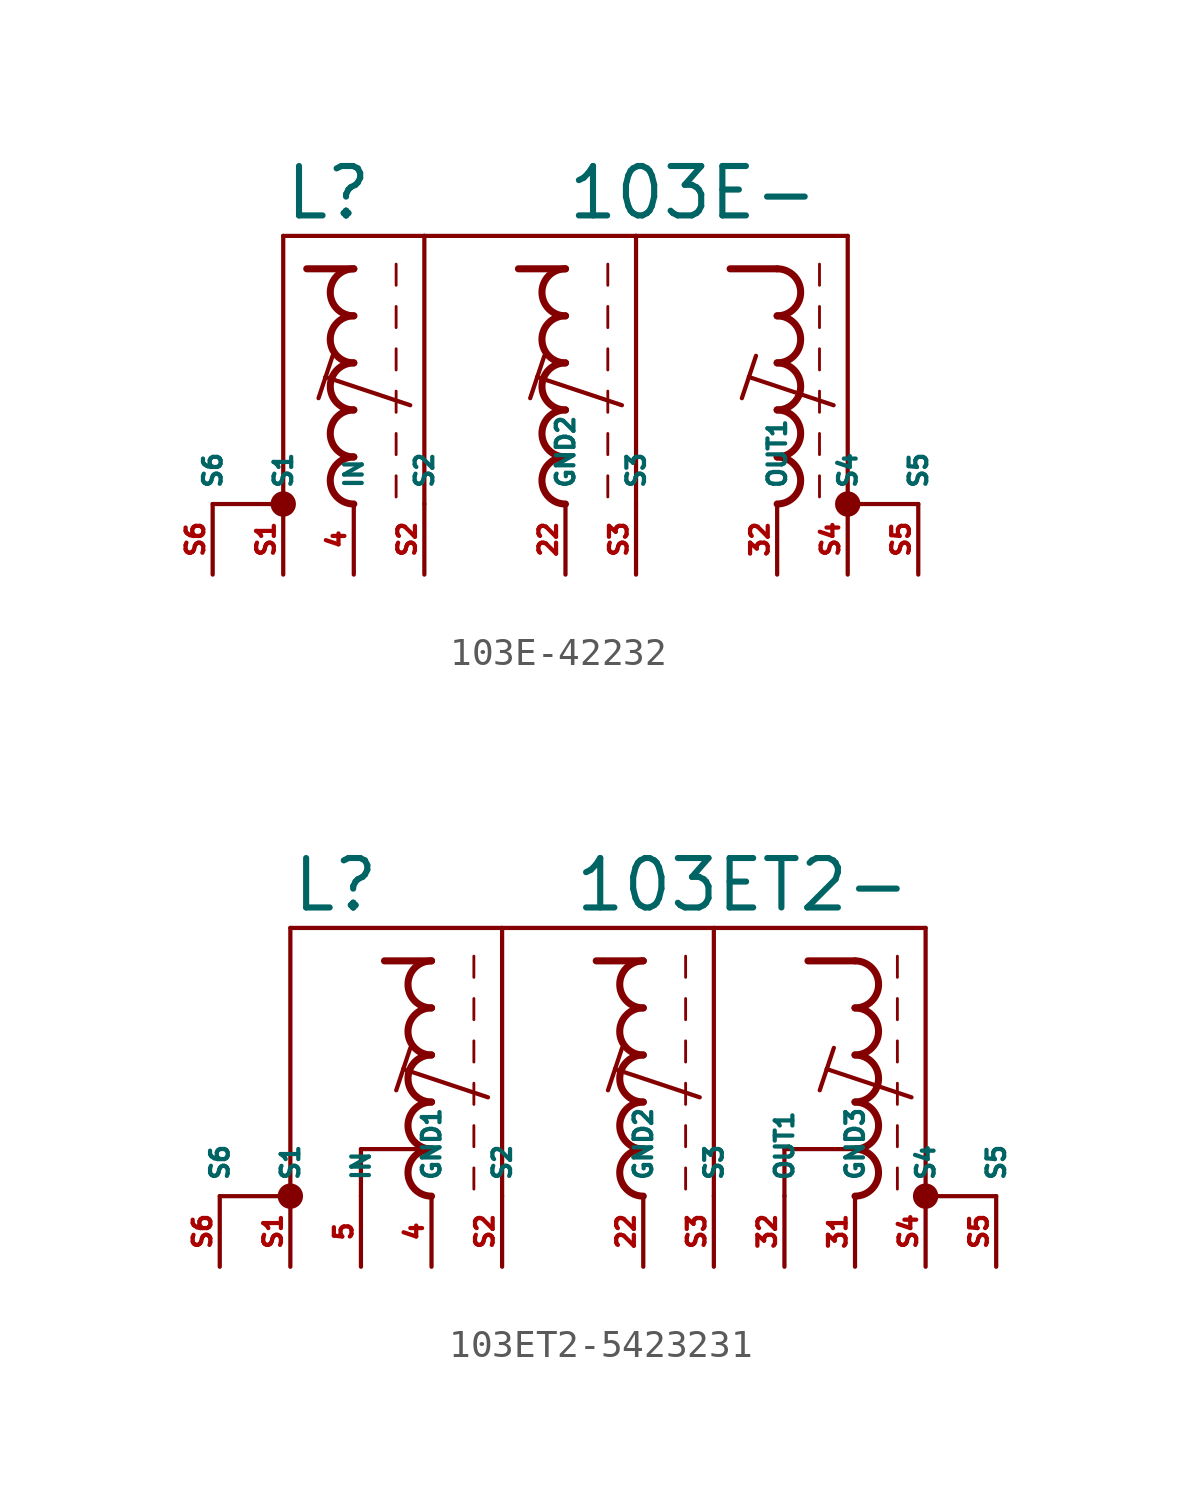
<source format=kicad_sym>
(kicad_symbol_lib
  (version 20220914)
  (generator kicad_symbol_editor)
  (symbol "103E-42232"
    (property "Reference" "L"
      (at -12.7 7.62 0)
      (effects (font (size 1.778 1.778) (thickness 0.22)) (justify left bottom)))
    (property "Value" "103E-"
      (at -2.54 7.62 0)
      (effects (font (size 1.778 1.778) (thickness 0.22)) (justify left bottom)))
    (symbol "103E-42232_1_1"
      (circle (center -12.7 -2.54) (radius 0.254) (stroke (width 0.406) (type default)) (fill (type none)))
      (arc (start -10.16 -0.8466) (mid -11.0064 -1.6933) (end -10.16 -2.54) (stroke (width 0.254) (type default)) (fill (type none)))
      (arc (start -10.16 0.8466) (mid -11.0062 0) (end -10.16 -0.8466) (stroke (width 0.254) (type default)) (fill (type none)))
      (arc (start -10.16 2.54) (mid -11.0064 1.6933) (end -10.16 0.8466) (stroke (width 0.254) (type default)) (fill (type none)))
      (arc (start -10.16 4.2334) (mid -11.0064 3.3867) (end -10.16 2.54) (stroke (width 0.254) (type default)) (fill (type none)))
      (arc (start -10.16 5.9266) (mid -11.0062 5.08) (end -10.16 4.2334) (stroke (width 0.254) (type default)) (fill (type none)))
      (arc (start -2.54 -0.8466) (mid -3.3864 -1.6933) (end -2.54 -2.54) (stroke (width 0.254) (type default)) (fill (type none)))
      (arc (start -2.54 0.8466) (mid -3.3862 0) (end -2.54 -0.8466) (stroke (width 0.254) (type default)) (fill (type none)))
      (arc (start -2.54 2.54) (mid -3.3864 1.6933) (end -2.54 0.8466) (stroke (width 0.254) (type default)) (fill (type none)))
      (arc (start -2.54 4.2334) (mid -3.3864 3.3867) (end -2.54 2.54) (stroke (width 0.254) (type default)) (fill (type none)))
      (arc (start -2.54 5.9266) (mid -3.3862 5.08) (end -2.54 4.2334) (stroke (width 0.254) (type default)) (fill (type none)))
      (polyline (pts (xy -15.24 -2.54) (xy -12.7 -2.54)) (stroke (width 0.152) (type default)) (fill (type none)))
      (polyline (pts (xy -12.7 -2.54) (xy -12.7 7.112)) (stroke (width 0.152) (type default)) (fill (type none)))
      (polyline (pts (xy -12.7 7.112) (xy -7.62 7.112)) (stroke (width 0.152) (type default)) (fill (type none)))
      (polyline (pts (xy -11.176 2.032) (xy -11.43 1.27)) (stroke (width 0.152) (type default)) (fill (type none)))
      (polyline (pts (xy -10.922 2.794) (xy -11.176 2.032)) (stroke (width 0.152) (type default)) (fill (type none)))
      (polyline (pts (xy -10.16 5.927) (xy -11.853 5.927)) (stroke (width 0.254) (type default)) (fill (type none)))
      (polyline (pts (xy -8.636 -1.524) (xy -8.636 -2.286)) (stroke (width 0.102) (type default)) (fill (type none)))
      (polyline (pts (xy -8.636 0) (xy -8.636 -0.762)) (stroke (width 0.102) (type default)) (fill (type none)))
      (polyline (pts (xy -8.636 1.524) (xy -8.636 0.762)) (stroke (width 0.102) (type default)) (fill (type none)))
      (polyline (pts (xy -8.636 3.048) (xy -8.636 2.286)) (stroke (width 0.102) (type default)) (fill (type none)))
      (polyline (pts (xy -8.636 4.572) (xy -8.636 3.81)) (stroke (width 0.102) (type default)) (fill (type none)))
      (polyline (pts (xy -8.636 6.096) (xy -8.636 5.334)) (stroke (width 0.102) (type default)) (fill (type none)))
      (polyline (pts (xy -8.128 1.016) (xy -11.176 2.032)) (stroke (width 0.152) (type default)) (fill (type none)))
      (polyline (pts (xy -7.62 7.112) (xy -7.62 -2.54)) (stroke (width 0.152) (type default)) (fill (type none)))
      (polyline (pts (xy -7.62 7.112) (xy 0 7.112)) (stroke (width 0.152) (type default)) (fill (type none)))
      (polyline (pts (xy -3.556 2.032) (xy -3.81 1.27)) (stroke (width 0.152) (type default)) (fill (type none)))
      (polyline (pts (xy -3.3 2.794) (xy -3.556 2.032)) (stroke (width 0.152) (type default)) (fill (type none)))
      (polyline (pts (xy -2.54 5.927) (xy -4.233 5.927)) (stroke (width 0.254) (type default)) (fill (type none)))
      (polyline (pts (xy -1.016 -1.524) (xy -1.016 -2.286)) (stroke (width 0.102) (type default)) (fill (type none)))
      (polyline (pts (xy -1.016 0) (xy -1.016 -0.762)) (stroke (width 0.102) (type default)) (fill (type none)))
      (polyline (pts (xy -1.016 1.524) (xy -1.016 0.762)) (stroke (width 0.102) (type default)) (fill (type none)))
      (polyline (pts (xy -1.016 3.048) (xy -1.016 2.286)) (stroke (width 0.102) (type default)) (fill (type none)))
      (polyline (pts (xy -1.016 4.572) (xy -1.016 3.81)) (stroke (width 0.102) (type default)) (fill (type none)))
      (polyline (pts (xy -1.016 6.096) (xy -1.016 5.334)) (stroke (width 0.102) (type default)) (fill (type none)))
      (polyline (pts (xy -0.508 1.016) (xy -3.556 2.032)) (stroke (width 0.152) (type default)) (fill (type none)))
      (polyline (pts (xy 0 7.112) (xy 0 -2.54)) (stroke (width 0.152) (type default)) (fill (type none)))
      (polyline (pts (xy 0 7.112) (xy 7.62 7.112)) (stroke (width 0.152) (type default)) (fill (type none)))
      (polyline (pts (xy 4.064 2.032) (xy 3.81 1.27)) (stroke (width 0.152) (type default)) (fill (type none)))
      (polyline (pts (xy 4.318 2.794) (xy 4.064 2.032)) (stroke (width 0.152) (type default)) (fill (type none)))
      (polyline (pts (xy 5.08 5.927) (xy 3.387 5.927)) (stroke (width 0.254) (type default)) (fill (type none)))
      (polyline (pts (xy 6.604 -1.524) (xy 6.604 -2.286)) (stroke (width 0.102) (type default)) (fill (type none)))
      (polyline (pts (xy 6.604 0) (xy 6.604 -0.762)) (stroke (width 0.102) (type default)) (fill (type none)))
      (polyline (pts (xy 6.604 1.524) (xy 6.604 0.762)) (stroke (width 0.102) (type default)) (fill (type none)))
      (polyline (pts (xy 6.604 3.048) (xy 6.604 2.286)) (stroke (width 0.102) (type default)) (fill (type none)))
      (polyline (pts (xy 6.604 4.572) (xy 6.604 3.81)) (stroke (width 0.102) (type default)) (fill (type none)))
      (polyline (pts (xy 6.604 6.096) (xy 6.604 5.334)) (stroke (width 0.102) (type default)) (fill (type none)))
      (polyline (pts (xy 7.112 1.016) (xy 4.064 2.032)) (stroke (width 0.152) (type default)) (fill (type none)))
      (polyline (pts (xy 7.62 7.112) (xy 7.62 -2.54)) (stroke (width 0.152) (type default)) (fill (type none)))
      (polyline (pts (xy 10.16 -2.54) (xy 7.62 -2.54)) (stroke (width 0.152) (type default)) (fill (type none)))
      (arc (start 5.08 -2.54) (mid 5.9231 -1.6933) (end 5.08 -0.8466) (stroke (width 0.254) (type default)) (fill (type none)))
      (arc (start 5.08 -0.8466) (mid 5.923 0) (end 5.08 0.8466) (stroke (width 0.254) (type default)) (fill (type none)))
      (arc (start 5.08 0.8466) (mid 5.9231 1.6933) (end 5.08 2.54) (stroke (width 0.254) (type default)) (fill (type none)))
      (arc (start 5.08 2.54) (mid 5.9231 3.3867) (end 5.08 4.2334) (stroke (width 0.254) (type default)) (fill (type none)))
      (arc (start 5.08 4.2334) (mid 5.923 5.08) (end 5.08 5.9266) (stroke (width 0.254) (type default)) (fill (type none)))
      (circle (center 7.62 -2.54) (radius 0.254) (stroke (width 0.406) (type default)) (fill (type none)))
      (pin passive line (at -2.54 -5.08 90) (length 2.54) (name "GND2" (effects (font (size 0.635 0.635)))) (number "22" (effects (font (size 0.635 0.635)))))
      (pin passive line (at 5.08 -5.08 90) (length 2.54) (name "OUT1" (effects (font (size 0.635 0.635)))) (number "32" (effects (font (size 0.635 0.635)))))
      (pin passive line (at -10.16 -5.08 90) (length 2.54) (name "IN" (effects (font (size 0.635 0.635)))) (number "4" (effects (font (size 0.635 0.635)))))
      (pin passive line (at -12.7 -5.08 90) (length 2.54) (name "S1" (effects (font (size 0.635 0.635)))) (number "S1" (effects (font (size 0.635 0.635)))))
      (pin passive line (at -7.62 -5.08 90) (length 2.54) (name "S2" (effects (font (size 0.635 0.635)))) (number "S2" (effects (font (size 0.635 0.635)))))
      (pin passive line (at 0 -5.08 90) (length 2.54) (name "S3" (effects (font (size 0.635 0.635)))) (number "S3" (effects (font (size 0.635 0.635)))))
      (pin passive line (at 7.62 -5.08 90) (length 2.54) (name "S4" (effects (font (size 0.635 0.635)))) (number "S4" (effects (font (size 0.635 0.635)))))
      (pin passive line (at 10.16 -5.08 90) (length 2.54) (name "S5" (effects (font (size 0.635 0.635)))) (number "S5" (effects (font (size 0.635 0.635)))))
      (pin passive line (at -15.24 -5.08 90) (length 2.54) (name "S6" (effects (font (size 0.635 0.635)))) (number "S6" (effects (font (size 0.635 0.635)))))))
  (symbol "103ET2-5423231"
    (property "Reference" "L"
      (at -12.7 7.62 0)
      (effects (font (size 1.778 1.778) (thickness 0.22)) (justify left bottom)))
    (property "Value" "103ET2-"
      (at -2.54 7.62 0)
      (effects (font (size 1.778 1.778) (thickness 0.22)) (justify left bottom)))
    (symbol "103ET2-5423231_1_1"
      (circle (center -12.7 -2.54) (radius 0.254) (stroke (width 0.406) (type default)) (fill (type none)))
      (arc (start -7.62 -0.8466) (mid -8.4664 -1.6933) (end -7.62 -2.54) (stroke (width 0.254) (type default)) (fill (type none)))
      (arc (start -7.62 0.8466) (mid -8.4662 0) (end -7.62 -0.8466) (stroke (width 0.254) (type default)) (fill (type none)))
      (arc (start -7.62 2.54) (mid -8.4664 1.6933) (end -7.62 0.8466) (stroke (width 0.254) (type default)) (fill (type none)))
      (arc (start -7.62 4.2334) (mid -8.4664 3.3867) (end -7.62 2.54) (stroke (width 0.254) (type default)) (fill (type none)))
      (arc (start -7.62 5.9266) (mid -8.4662 5.08) (end -7.62 4.2334) (stroke (width 0.254) (type default)) (fill (type none)))
      (arc (start 0 -0.8466) (mid -0.8464 -1.6933) (end 0 -2.54) (stroke (width 0.254) (type default)) (fill (type none)))
      (polyline (pts (xy -15.24 -2.54) (xy -12.7 -2.54)) (stroke (width 0.152) (type default)) (fill (type none)))
      (polyline (pts (xy -12.7 -2.54) (xy -12.7 7.112)) (stroke (width 0.152) (type default)) (fill (type none)))
      (polyline (pts (xy -12.7 7.112) (xy -5.08 7.112)) (stroke (width 0.152) (type default)) (fill (type none)))
      (polyline (pts (xy -10.16 -2.54) (xy -10.16 -0.847)) (stroke (width 0.152) (type default)) (fill (type none)))
      (polyline (pts (xy -10.16 -0.847) (xy -7.62 -0.847)) (stroke (width 0.152) (type default)) (fill (type none)))
      (polyline (pts (xy -8.636 2.032) (xy -8.89 1.27)) (stroke (width 0.152) (type default)) (fill (type none)))
      (polyline (pts (xy -8.382 2.794) (xy -8.636 2.032)) (stroke (width 0.152) (type default)) (fill (type none)))
      (polyline (pts (xy -7.62 5.927) (xy -9.313 5.927)) (stroke (width 0.254) (type default)) (fill (type none)))
      (polyline (pts (xy -6.096 -1.524) (xy -6.096 -2.286)) (stroke (width 0.102) (type default)) (fill (type none)))
      (polyline (pts (xy -6.096 0) (xy -6.096 -0.762)) (stroke (width 0.102) (type default)) (fill (type none)))
      (polyline (pts (xy -6.096 1.524) (xy -6.096 0.762)) (stroke (width 0.102) (type default)) (fill (type none)))
      (polyline (pts (xy -6.096 3.048) (xy -6.096 2.286)) (stroke (width 0.102) (type default)) (fill (type none)))
      (polyline (pts (xy -6.096 4.572) (xy -6.096 3.81)) (stroke (width 0.102) (type default)) (fill (type none)))
      (polyline (pts (xy -6.096 6.096) (xy -6.096 5.334)) (stroke (width 0.102) (type default)) (fill (type none)))
      (polyline (pts (xy -5.588 1.016) (xy -8.636 2.032)) (stroke (width 0.152) (type default)) (fill (type none)))
      (polyline (pts (xy -5.08 7.112) (xy -5.08 -2.54)) (stroke (width 0.152) (type default)) (fill (type none)))
      (polyline (pts (xy -5.08 7.112) (xy 2.54 7.112)) (stroke (width 0.152) (type default)) (fill (type none)))
      (polyline (pts (xy -1.016 2.032) (xy -1.27 1.27)) (stroke (width 0.152) (type default)) (fill (type none)))
      (polyline (pts (xy -0.762 2.794) (xy -1.016 2.032)) (stroke (width 0.152) (type default)) (fill (type none)))
      (polyline (pts (xy 0 5.927) (xy -1.693 5.927)) (stroke (width 0.254) (type default)) (fill (type none)))
      (polyline (pts (xy 1.524 -1.524) (xy 1.524 -2.286)) (stroke (width 0.102) (type default)) (fill (type none)))
      (polyline (pts (xy 1.524 0) (xy 1.524 -0.762)) (stroke (width 0.102) (type default)) (fill (type none)))
      (polyline (pts (xy 1.524 1.524) (xy 1.524 0.762)) (stroke (width 0.102) (type default)) (fill (type none)))
      (polyline (pts (xy 1.524 3.048) (xy 1.524 2.286)) (stroke (width 0.102) (type default)) (fill (type none)))
      (polyline (pts (xy 1.524 4.572) (xy 1.524 3.81)) (stroke (width 0.102) (type default)) (fill (type none)))
      (polyline (pts (xy 1.524 6.096) (xy 1.524 5.334)) (stroke (width 0.102) (type default)) (fill (type none)))
      (polyline (pts (xy 2.032 1.016) (xy -1.016 2.032)) (stroke (width 0.152) (type default)) (fill (type none)))
      (polyline (pts (xy 2.54 7.112) (xy 2.54 -2.54)) (stroke (width 0.152) (type default)) (fill (type none)))
      (polyline (pts (xy 2.54 7.112) (xy 10.16 7.112)) (stroke (width 0.152) (type default)) (fill (type none)))
      (polyline (pts (xy 5.08 -2.54) (xy 5.08 -0.847)) (stroke (width 0.152) (type default)) (fill (type none)))
      (polyline (pts (xy 5.08 -0.847) (xy 7.62 -0.847)) (stroke (width 0.152) (type default)) (fill (type none)))
      (polyline (pts (xy 6.604 2.032) (xy 6.35 1.27)) (stroke (width 0.152) (type default)) (fill (type none)))
      (polyline (pts (xy 6.858 2.794) (xy 6.604 2.032)) (stroke (width 0.152) (type default)) (fill (type none)))
      (polyline (pts (xy 7.62 5.927) (xy 5.927 5.927)) (stroke (width 0.254) (type default)) (fill (type none)))
      (polyline (pts (xy 9.144 -1.524) (xy 9.144 -2.286)) (stroke (width 0.102) (type default)) (fill (type none)))
      (polyline (pts (xy 9.144 0) (xy 9.144 -0.762)) (stroke (width 0.102) (type default)) (fill (type none)))
      (polyline (pts (xy 9.144 1.524) (xy 9.144 0.762)) (stroke (width 0.102) (type default)) (fill (type none)))
      (polyline (pts (xy 9.144 3.048) (xy 9.144 2.286)) (stroke (width 0.102) (type default)) (fill (type none)))
      (polyline (pts (xy 9.144 4.572) (xy 9.144 3.81)) (stroke (width 0.102) (type default)) (fill (type none)))
      (polyline (pts (xy 9.144 6.096) (xy 9.144 5.334)) (stroke (width 0.102) (type default)) (fill (type none)))
      (polyline (pts (xy 9.652 1.016) (xy 6.604 2.032)) (stroke (width 0.152) (type default)) (fill (type none)))
      (polyline (pts (xy 10.16 7.112) (xy 10.16 -2.54)) (stroke (width 0.152) (type default)) (fill (type none)))
      (polyline (pts (xy 12.7 -2.54) (xy 10.16 -2.54)) (stroke (width 0.152) (type default)) (fill (type none)))
      (arc (start 0 0.8466) (mid -0.8462 0) (end 0 -0.8466) (stroke (width 0.254) (type default)) (fill (type none)))
      (arc (start 0 2.54) (mid -0.8464 1.6933) (end 0 0.8466) (stroke (width 0.254) (type default)) (fill (type none)))
      (arc (start 0 4.2334) (mid -0.8464 3.3867) (end 0 2.54) (stroke (width 0.254) (type default)) (fill (type none)))
      (arc (start 0 5.9266) (mid -0.8462 5.08) (end 0 4.2334) (stroke (width 0.254) (type default)) (fill (type none)))
      (arc (start 7.62 -2.54) (mid 8.4631 -1.6933) (end 7.62 -0.8466) (stroke (width 0.254) (type default)) (fill (type none)))
      (arc (start 7.62 -0.8466) (mid 8.463 0) (end 7.62 0.8466) (stroke (width 0.254) (type default)) (fill (type none)))
      (arc (start 7.62 0.8466) (mid 8.4631 1.6933) (end 7.62 2.54) (stroke (width 0.254) (type default)) (fill (type none)))
      (arc (start 7.62 2.54) (mid 8.4631 3.3867) (end 7.62 4.2334) (stroke (width 0.254) (type default)) (fill (type none)))
      (arc (start 7.62 4.2334) (mid 8.463 5.08) (end 7.62 5.9266) (stroke (width 0.254) (type default)) (fill (type none)))
      (circle (center 10.16 -2.54) (radius 0.254) (stroke (width 0.406) (type default)) (fill (type none)))
      (pin passive line (at 0 -5.08 90) (length 2.54) (name "GND2" (effects (font (size 0.635 0.635)))) (number "22" (effects (font (size 0.635 0.635)))))
      (pin passive line (at 7.62 -5.08 90) (length 2.54) (name "GND3" (effects (font (size 0.635 0.635)))) (number "31" (effects (font (size 0.635 0.635)))))
      (pin passive line (at 5.08 -5.08 90) (length 2.54) (name "OUT1" (effects (font (size 0.635 0.635)))) (number "32" (effects (font (size 0.635 0.635)))))
      (pin passive line (at -7.62 -5.08 90) (length 2.54) (name "GND1" (effects (font (size 0.635 0.635)))) (number "4" (effects (font (size 0.635 0.635)))))
      (pin passive line (at -10.16 -5.08 90) (length 2.54) (name "IN" (effects (font (size 0.635 0.635)))) (number "5" (effects (font (size 0.635 0.635)))))
      (pin passive line (at -12.7 -5.08 90) (length 2.54) (name "S1" (effects (font (size 0.635 0.635)))) (number "S1" (effects (font (size 0.635 0.635)))))
      (pin passive line (at -5.08 -5.08 90) (length 2.54) (name "S2" (effects (font (size 0.635 0.635)))) (number "S2" (effects (font (size 0.635 0.635)))))
      (pin passive line (at 2.54 -5.08 90) (length 2.54) (name "S3" (effects (font (size 0.635 0.635)))) (number "S3" (effects (font (size 0.635 0.635)))))
      (pin passive line (at 10.16 -5.08 90) (length 2.54) (name "S4" (effects (font (size 0.635 0.635)))) (number "S4" (effects (font (size 0.635 0.635)))))
      (pin passive line (at 12.7 -5.08 90) (length 2.54) (name "S5" (effects (font (size 0.635 0.635)))) (number "S5" (effects (font (size 0.635 0.635)))))
      (pin passive line (at -15.24 -5.08 90) (length 2.54) (name "S6" (effects (font (size 0.635 0.635)))) (number "S6" (effects (font (size 0.635 0.635))))))))
</source>
